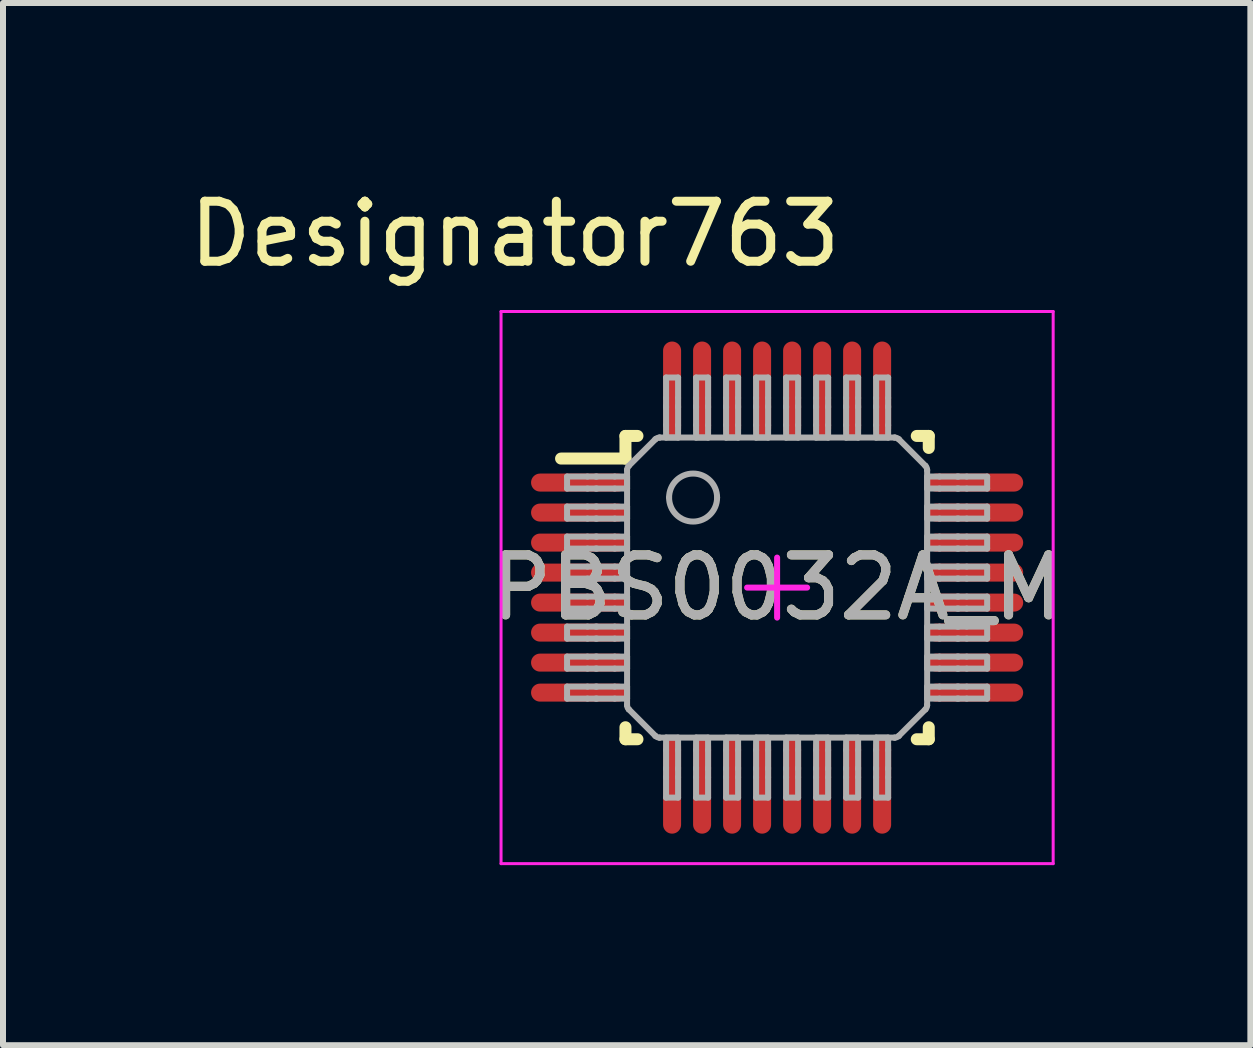
<source format=kicad_pcb>
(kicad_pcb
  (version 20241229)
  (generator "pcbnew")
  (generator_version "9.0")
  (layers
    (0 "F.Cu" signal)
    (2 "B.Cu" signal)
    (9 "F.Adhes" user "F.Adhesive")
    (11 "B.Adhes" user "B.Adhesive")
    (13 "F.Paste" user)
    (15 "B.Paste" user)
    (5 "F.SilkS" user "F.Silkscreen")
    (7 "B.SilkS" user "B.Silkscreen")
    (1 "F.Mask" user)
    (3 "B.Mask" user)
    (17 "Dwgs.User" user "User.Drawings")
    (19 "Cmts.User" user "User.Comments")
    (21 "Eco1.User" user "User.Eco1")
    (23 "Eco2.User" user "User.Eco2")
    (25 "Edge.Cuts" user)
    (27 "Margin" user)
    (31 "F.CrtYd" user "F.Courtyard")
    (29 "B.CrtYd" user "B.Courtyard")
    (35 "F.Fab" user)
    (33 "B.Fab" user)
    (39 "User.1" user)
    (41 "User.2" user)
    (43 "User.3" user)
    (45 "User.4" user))
  (footprint "PBS0032A_M"
    (layer "F.Cu")
    (at 9.899 6.741)
    (property "Reference" "PBS0032A_M" (at 0 0 0) (unlocked yes) (layer "F.SilkS") (effects (font (size 1 1) (thickness 0.15))))
    (attr smd)
    (fp_line (start -3.6 -2.15) (end -2.527 -2.15) (stroke (width 0.2) (type solid)) (layer "F.SilkS"))
    (fp_line (start -2.527 -2.527) (end -2.327 -2.527) (stroke (width 0.2) (type solid)) (layer "F.SilkS"))
    (fp_line (start -2.527 -2.15) (end -2.527 -2.527) (stroke (width 0.2) (type solid)) (layer "F.SilkS"))
    (fp_line (start -2.527 2.527) (end -2.527 2.327) (stroke (width 0.2) (type solid)) (layer "F.SilkS"))
    (fp_line (start -2.527 2.527) (end -2.327 2.527) (stroke (width 0.2) (type solid)) (layer "F.SilkS"))
    (fp_line (start 2.327 -2.527) (end 2.527 -2.527) (stroke (width 0.2) (type solid)) (layer "F.SilkS"))
    (fp_line (start 2.327 2.527) (end 2.527 2.527) (stroke (width 0.2) (type solid)) (layer "F.SilkS"))
    (fp_line (start 2.527 -2.327) (end 2.527 -2.527) (stroke (width 0.2) (type solid)) (layer "F.SilkS"))
    (fp_line (start 2.527 2.527) (end 2.527 2.327) (stroke (width 0.2) (type solid)) (layer "F.SilkS"))
    (fp_line (start -4.6 -4.6) (end 4.6 -4.6) (stroke (width 0.05) (type solid)) (layer "F.CrtYd"))
    (fp_line (start -4.6 4.6) (end -4.6 -4.6) (stroke (width 0.05) (type solid)) (layer "F.CrtYd"))
    (fp_line (start -4.6 4.6) (end 4.6 4.6) (stroke (width 0.05) (type solid)) (layer "F.CrtYd"))
    (fp_line (start -0.5 0.000003) (end 0.5 0.000003) (stroke (width 0.1) (type solid)) (layer "F.CrtYd"))
    (fp_line (start 0 0.5) (end 0 -0.5) (stroke (width 0.1) (type solid)) (layer "F.CrtYd"))
    (fp_line (start 4.6 4.6) (end 4.6 -4.6) (stroke (width 0.05) (type solid)) (layer "F.CrtYd"))
    (fp_line (start -3.5 -1.85) (end -3.16 -1.85) (stroke (width 0.1) (type solid)) (layer "F.Fab"))
    (fp_line (start -3.5 -1.65) (end -3.5 -1.85) (stroke (width 0.1) (type solid)) (layer "F.Fab"))
    (fp_line (start -3.5 -1.65) (end -3.16 -1.65) (stroke (width 0.1) (type solid)) (layer "F.Fab"))
    (fp_line (start -3.5 -1.35) (end -3.16 -1.35) (stroke (width 0.1) (type solid)) (layer "F.Fab"))
    (fp_line (start -3.5 -1.15) (end -3.5 -1.35) (stroke (width 0.1) (type solid)) (layer "F.Fab"))
    (fp_line (start -3.5 -1.15) (end -3.16 -1.15) (stroke (width 0.1) (type solid)) (layer "F.Fab"))
    (fp_line (start -3.5 -0.85) (end -3.16 -0.85) (stroke (width 0.1) (type solid)) (layer "F.Fab"))
    (fp_line (start -3.5 -0.65) (end -3.5 -0.85) (stroke (width 0.1) (type solid)) (layer "F.Fab"))
    (fp_line (start -3.5 -0.65) (end -3.16 -0.65) (stroke (width 0.1) (type solid)) (layer "F.Fab"))
    (fp_line (start -3.5 -0.35) (end -3.16 -0.35) (stroke (width 0.1) (type solid)) (layer "F.Fab"))
    (fp_line (start -3.5 -0.15) (end -3.5 -0.35) (stroke (width 0.1) (type solid)) (layer "F.Fab"))
    (fp_line (start -3.5 -0.15) (end -3.16 -0.15) (stroke (width 0.1) (type solid)) (layer "F.Fab"))
    (fp_line (start -3.5 0.15) (end -3.16 0.15) (stroke (width 0.1) (type solid)) (layer "F.Fab"))
    (fp_line (start -3.5 0.35) (end -3.5 0.15) (stroke (width 0.1) (type solid)) (layer "F.Fab"))
    (fp_line (start -3.5 0.35) (end -3.16 0.35) (stroke (width 0.1) (type solid)) (layer "F.Fab"))
    (fp_line (start -3.5 0.65) (end -3.16 0.65) (stroke (width 0.1) (type solid)) (layer "F.Fab"))
    (fp_line (start -3.5 0.85) (end -3.5 0.65) (stroke (width 0.1) (type solid)) (layer "F.Fab"))
    (fp_line (start -3.5 0.85) (end -3.16 0.85) (stroke (width 0.1) (type solid)) (layer "F.Fab"))
    (fp_line (start -3.5 1.15) (end -3.16 1.15) (stroke (width 0.1) (type solid)) (layer "F.Fab"))
    (fp_line (start -3.5 1.35) (end -3.5 1.15) (stroke (width 0.1) (type solid)) (layer "F.Fab"))
    (fp_line (start -3.5 1.35) (end -3.16 1.35) (stroke (width 0.1) (type solid)) (layer "F.Fab"))
    (fp_line (start -3.5 1.65) (end -3.16 1.65) (stroke (width 0.1) (type solid)) (layer "F.Fab"))
    (fp_line (start -3.5 1.85) (end -3.5 1.65) (stroke (width 0.1) (type solid)) (layer "F.Fab"))
    (fp_line (start -3.5 1.85) (end -3.16 1.85) (stroke (width 0.1) (type solid)) (layer "F.Fab"))
    (fp_line (start -3.16 -1.85) (end -3.023 -1.85) (stroke (width 0.1) (type solid)) (layer "F.Fab"))
    (fp_line (start -3.16 -1.65) (end -3.023 -1.65) (stroke (width 0.1) (type solid)) (layer "F.Fab"))
    (fp_line (start -3.16 -1.35) (end -3.023 -1.35) (stroke (width 0.1) (type solid)) (layer "F.Fab"))
    (fp_line (start -3.16 -1.15) (end -3.023 -1.15) (stroke (width 0.1) (type solid)) (layer "F.Fab"))
    (fp_line (start -3.16 -0.85) (end -3.023 -0.85) (stroke (width 0.1) (type solid)) (layer "F.Fab"))
    (fp_line (start -3.16 -0.65) (end -3.023 -0.65) (stroke (width 0.1) (type solid)) (layer "F.Fab"))
    (fp_line (start -3.16 -0.35) (end -3.023 -0.35) (stroke (width 0.1) (type solid)) (layer "F.Fab"))
    (fp_line (start -3.16 -0.15) (end -3.023 -0.15) (stroke (width 0.1) (type solid)) (layer "F.Fab"))
    (fp_line (start -3.16 0.15) (end -3.023 0.15) (stroke (width 0.1) (type solid)) (layer "F.Fab"))
    (fp_line (start -3.16 0.35) (end -3.023 0.35) (stroke (width 0.1) (type solid)) (layer "F.Fab"))
    (fp_line (start -3.16 0.65) (end -3.023 0.65) (stroke (width 0.1) (type solid)) (layer "F.Fab"))
    (fp_line (start -3.16 0.85) (end -3.023 0.85) (stroke (width 0.1) (type solid)) (layer "F.Fab"))
    (fp_line (start -3.16 1.15) (end -3.023 1.15) (stroke (width 0.1) (type solid)) (layer "F.Fab"))
    (fp_line (start -3.16 1.35) (end -3.023 1.35) (stroke (width 0.1) (type solid)) (layer "F.Fab"))
    (fp_line (start -3.16 1.65) (end -3.023 1.65) (stroke (width 0.1) (type solid)) (layer "F.Fab"))
    (fp_line (start -3.16 1.85) (end -3.023 1.85) (stroke (width 0.1) (type solid)) (layer "F.Fab"))
    (fp_line (start -3.023 -1.85) (end -3.002 -1.85) (stroke (width 0.1) (type solid)) (layer "F.Fab"))
    (fp_line (start -3.023 -1.65) (end -3.002 -1.65) (stroke (width 0.1) (type solid)) (layer "F.Fab"))
    (fp_line (start -3.023 -1.35) (end -3.002 -1.35) (stroke (width 0.1) (type solid)) (layer "F.Fab"))
    (fp_line (start -3.023 -1.15) (end -3.002 -1.15) (stroke (width 0.1) (type solid)) (layer "F.Fab"))
    (fp_line (start -3.023 -0.85) (end -3.002 -0.85) (stroke (width 0.1) (type solid)) (layer "F.Fab"))
    (fp_line (start -3.023 -0.65) (end -3.002 -0.65) (stroke (width 0.1) (type solid)) (layer "F.Fab"))
    (fp_line (start -3.023 -0.35) (end -3.002 -0.35) (stroke (width 0.1) (type solid)) (layer "F.Fab"))
    (fp_line (start -3.023 -0.15) (end -3.002 -0.15) (stroke (width 0.1) (type solid)) (layer "F.Fab"))
    (fp_line (start -3.023 0.15) (end -3.002 0.15) (stroke (width 0.1) (type solid)) (layer "F.Fab"))
    (fp_line (start -3.023 0.35) (end -3.002 0.35) (stroke (width 0.1) (type solid)) (layer "F.Fab"))
    (fp_line (start -3.023 0.65) (end -3.002 0.65) (stroke (width 0.1) (type solid)) (layer "F.Fab"))
    (fp_line (start -3.023 0.85) (end -3.002 0.85) (stroke (width 0.1) (type solid)) (layer "F.Fab"))
    (fp_line (start -3.023 1.15) (end -3.002 1.15) (stroke (width 0.1) (type solid)) (layer "F.Fab"))
    (fp_line (start -3.023 1.35) (end -3.002 1.35) (stroke (width 0.1) (type solid)) (layer "F.Fab"))
    (fp_line (start -3.023 1.65) (end -3.002 1.65) (stroke (width 0.1) (type solid)) (layer "F.Fab"))
    (fp_line (start -3.023 1.85) (end -3.002 1.85) (stroke (width 0.1) (type solid)) (layer "F.Fab"))
    (fp_line (start -3.002 -1.85) (end -2.706 -1.85) (stroke (width 0.1) (type solid)) (layer "F.Fab"))
    (fp_line (start -3.002 -1.65) (end -2.706 -1.65) (stroke (width 0.1) (type solid)) (layer "F.Fab"))
    (fp_line (start -3.002 -1.35) (end -2.706 -1.35) (stroke (width 0.1) (type solid)) (layer "F.Fab"))
    (fp_line (start -3.002 -1.15) (end -2.706 -1.15) (stroke (width 0.1) (type solid)) (layer "F.Fab"))
    (fp_line (start -3.002 -0.85) (end -2.706 -0.85) (stroke (width 0.1) (type solid)) (layer "F.Fab"))
    (fp_line (start -3.002 -0.65) (end -2.706 -0.65) (stroke (width 0.1) (type solid)) (layer "F.Fab"))
    (fp_line (start -3.002 -0.35) (end -2.706 -0.35) (stroke (width 0.1) (type solid)) (layer "F.Fab"))
    (fp_line (start -3.002 -0.15) (end -2.706 -0.15) (stroke (width 0.1) (type solid)) (layer "F.Fab"))
    (fp_line (start -3.002 0.15) (end -2.706 0.15) (stroke (width 0.1) (type solid)) (layer "F.Fab"))
    (fp_line (start -3.002 0.35) (end -2.706 0.35) (stroke (width 0.1) (type solid)) (layer "F.Fab"))
    (fp_line (start -3.002 0.65) (end -2.706 0.65) (stroke (width 0.1) (type solid)) (layer "F.Fab"))
    (fp_line (start -3.002 0.85) (end -2.706 0.85) (stroke (width 0.1) (type solid)) (layer "F.Fab"))
    (fp_line (start -3.002 1.15) (end -2.706 1.15) (stroke (width 0.1) (type solid)) (layer "F.Fab"))
    (fp_line (start -3.002 1.35) (end -2.706 1.35) (stroke (width 0.1) (type solid)) (layer "F.Fab"))
    (fp_line (start -3.002 1.65) (end -2.706 1.65) (stroke (width 0.1) (type solid)) (layer "F.Fab"))
    (fp_line (start -3.002 1.85) (end -2.706 1.85) (stroke (width 0.1) (type solid)) (layer "F.Fab"))
    (fp_line (start -2.706 -1.85) (end -2.5 -1.85) (stroke (width 0.1) (type solid)) (layer "F.Fab"))
    (fp_line (start -2.706 -1.65) (end -2.5 -1.65) (stroke (width 0.1) (type solid)) (layer "F.Fab"))
    (fp_line (start -2.706 -1.35) (end -2.5 -1.35) (stroke (width 0.1) (type solid)) (layer "F.Fab"))
    (fp_line (start -2.706 -1.15) (end -2.5 -1.15) (stroke (width 0.1) (type solid)) (layer "F.Fab"))
    (fp_line (start -2.706 -0.85) (end -2.5 -0.85) (stroke (width 0.1) (type solid)) (layer "F.Fab"))
    (fp_line (start -2.706 -0.65) (end -2.5 -0.65) (stroke (width 0.1) (type solid)) (layer "F.Fab"))
    (fp_line (start -2.706 -0.35) (end -2.5 -0.35) (stroke (width 0.1) (type solid)) (layer "F.Fab"))
    (fp_line (start -2.706 -0.15) (end -2.5 -0.15) (stroke (width 0.1) (type solid)) (layer "F.Fab"))
    (fp_line (start -2.706 0.15) (end -2.5 0.15) (stroke (width 0.1) (type solid)) (layer "F.Fab"))
    (fp_line (start -2.706 0.35) (end -2.5 0.35) (stroke (width 0.1) (type solid)) (layer "F.Fab"))
    (fp_line (start -2.706 0.65) (end -2.5 0.65) (stroke (width 0.1) (type solid)) (layer "F.Fab"))
    (fp_line (start -2.706 0.85) (end -2.5 0.85) (stroke (width 0.1) (type solid)) (layer "F.Fab"))
    (fp_line (start -2.706 1.15) (end -2.5 1.15) (stroke (width 0.1) (type solid)) (layer "F.Fab"))
    (fp_line (start -2.706 1.35) (end -2.5 1.35) (stroke (width 0.1) (type solid)) (layer "F.Fab"))
    (fp_line (start -2.706 1.65) (end -2.5 1.65) (stroke (width 0.1) (type solid)) (layer "F.Fab"))
    (fp_line (start -2.706 1.85) (end -2.5 1.85) (stroke (width 0.1) (type solid)) (layer "F.Fab"))
    (fp_line (start -2.5 -1.959) (end -2.5 -1.959) (stroke (width 0.1) (type solid)) (layer "F.Fab"))
    (fp_line (start -2.5 -1.65) (end -2.5 -1.85) (stroke (width 0.1) (type solid)) (layer "F.Fab"))
    (fp_line (start -2.5 -1.15) (end -2.5 -1.35) (stroke (width 0.1) (type solid)) (layer "F.Fab"))
    (fp_line (start -2.5 -0.65) (end -2.5 -0.85) (stroke (width 0.1) (type solid)) (layer "F.Fab"))
    (fp_line (start -2.5 -0.15) (end -2.5 -0.35) (stroke (width 0.1) (type solid)) (layer "F.Fab"))
    (fp_line (start -2.5 0.35) (end -2.5 0.15) (stroke (width 0.1) (type solid)) (layer "F.Fab"))
    (fp_line (start -2.5 0.85) (end -2.5 0.65) (stroke (width 0.1) (type solid)) (layer "F.Fab"))
    (fp_line (start -2.5 1.35) (end -2.5 1.15) (stroke (width 0.1) (type solid)) (layer "F.Fab"))
    (fp_line (start -2.5 1.85) (end -2.5 1.65) (stroke (width 0.1) (type solid)) (layer "F.Fab"))
    (fp_line (start -2.5 1.959) (end -2.5 -1.959) (stroke (width 0.1) (type solid)) (layer "F.Fab"))
    (fp_line (start -2.5 1.959) (end -2.5 1.959) (stroke (width 0.1) (type solid)) (layer "F.Fab"))
    (fp_line (start -2.471 -2.029) (end -2.471 -2.029) (stroke (width 0.1) (type solid)) (layer "F.Fab"))
    (fp_line (start -2.471 2.029) (end -2.471 2.029) (stroke (width 0.1) (type solid)) (layer "F.Fab"))
    (fp_line (start -2.471 -2.029) (end -2.029 -2.471) (stroke (width 0.1) (type solid)) (layer "F.Fab"))
    (fp_line (start -2.471 2.029) (end -2.029 2.471) (stroke (width 0.1) (type solid)) (layer "F.Fab"))
    (fp_line (start -2.029 -2.471) (end -2.029 -2.471) (stroke (width 0.1) (type solid)) (layer "F.Fab"))
    (fp_line (start -2.029 2.471) (end -2.029 2.471) (stroke (width 0.1) (type solid)) (layer "F.Fab"))
    (fp_line (start -1.959 -2.5) (end -1.959 -2.5) (stroke (width 0.1) (type solid)) (layer "F.Fab"))
    (fp_line (start -1.959 2.5) (end -1.959 2.5) (stroke (width 0.1) (type solid)) (layer "F.Fab"))
    (fp_line (start -1.959 -2.5) (end 1.959 -2.5) (stroke (width 0.1) (type solid)) (layer "F.Fab"))
    (fp_line (start -1.959 2.5) (end 1.959 2.5) (stroke (width 0.1) (type solid)) (layer "F.Fab"))
    (fp_line (start -1.85 -3.5) (end -1.65 -3.5) (stroke (width 0.1) (type solid)) (layer "F.Fab"))
    (fp_line (start -1.85 -3.16) (end -1.85 -3.5) (stroke (width 0.1) (type solid)) (layer "F.Fab"))
    (fp_line (start -1.85 -3.023) (end -1.85 -3.16) (stroke (width 0.1) (type solid)) (layer "F.Fab"))
    (fp_line (start -1.85 -3.002) (end -1.85 -3.023) (stroke (width 0.1) (type solid)) (layer "F.Fab"))
    (fp_line (start -1.85 -2.706) (end -1.85 -3.002) (stroke (width 0.1) (type solid)) (layer "F.Fab"))
    (fp_line (start -1.85 -2.5) (end -1.85 -2.706) (stroke (width 0.1) (type solid)) (layer "F.Fab"))
    (fp_line (start -1.85 -2.5) (end -1.65 -2.5) (stroke (width 0.1) (type solid)) (layer "F.Fab"))
    (fp_line (start -1.85 2.5) (end -1.65 2.5) (stroke (width 0.1) (type solid)) (layer "F.Fab"))
    (fp_line (start -1.85 2.706) (end -1.85 2.5) (stroke (width 0.1) (type solid)) (layer "F.Fab"))
    (fp_line (start -1.85 3.002) (end -1.85 2.706) (stroke (width 0.1) (type solid)) (layer "F.Fab"))
    (fp_line (start -1.85 3.023) (end -1.85 3.002) (stroke (width 0.1) (type solid)) (layer "F.Fab"))
    (fp_line (start -1.85 3.16) (end -1.85 3.023) (stroke (width 0.1) (type solid)) (layer "F.Fab"))
    (fp_line (start -1.85 3.5) (end -1.85 3.16) (stroke (width 0.1) (type solid)) (layer "F.Fab"))
    (fp_line (start -1.85 3.5) (end -1.65 3.5) (stroke (width 0.1) (type solid)) (layer "F.Fab"))
    (fp_line (start -1.65 -3.16) (end -1.65 -3.5) (stroke (width 0.1) (type solid)) (layer "F.Fab"))
    (fp_line (start -1.65 -3.023) (end -1.65 -3.16) (stroke (width 0.1) (type solid)) (layer "F.Fab"))
    (fp_line (start -1.65 -3.002) (end -1.65 -3.023) (stroke (width 0.1) (type solid)) (layer "F.Fab"))
    (fp_line (start -1.65 -2.706) (end -1.65 -3.002) (stroke (width 0.1) (type solid)) (layer "F.Fab"))
    (fp_line (start -1.65 -2.5) (end -1.65 -2.706) (stroke (width 0.1) (type solid)) (layer "F.Fab"))
    (fp_line (start -1.65 2.706) (end -1.65 2.5) (stroke (width 0.1) (type solid)) (layer "F.Fab"))
    (fp_line (start -1.65 3.002) (end -1.65 2.706) (stroke (width 0.1) (type solid)) (layer "F.Fab"))
    (fp_line (start -1.65 3.023) (end -1.65 3.002) (stroke (width 0.1) (type solid)) (layer "F.Fab"))
    (fp_line (start -1.65 3.16) (end -1.65 3.023) (stroke (width 0.1) (type solid)) (layer "F.Fab"))
    (fp_line (start -1.65 3.5) (end -1.65 3.16) (stroke (width 0.1) (type solid)) (layer "F.Fab"))
    (fp_line (start -1.35 -3.5) (end -1.15 -3.5) (stroke (width 0.1) (type solid)) (layer "F.Fab"))
    (fp_line (start -1.35 -3.16) (end -1.35 -3.5) (stroke (width 0.1) (type solid)) (layer "F.Fab"))
    (fp_line (start -1.35 -3.023) (end -1.35 -3.16) (stroke (width 0.1) (type solid)) (layer "F.Fab"))
    (fp_line (start -1.35 -3.002) (end -1.35 -3.023) (stroke (width 0.1) (type solid)) (layer "F.Fab"))
    (fp_line (start -1.35 -2.706) (end -1.35 -3.002) (stroke (width 0.1) (type solid)) (layer "F.Fab"))
    (fp_line (start -1.35 -2.5) (end -1.35 -2.706) (stroke (width 0.1) (type solid)) (layer "F.Fab"))
    (fp_line (start -1.35 -2.5) (end -1.15 -2.5) (stroke (width 0.1) (type solid)) (layer "F.Fab"))
    (fp_line (start -1.35 2.5) (end -1.15 2.5) (stroke (width 0.1) (type solid)) (layer "F.Fab"))
    (fp_line (start -1.35 2.706) (end -1.35 2.5) (stroke (width 0.1) (type solid)) (layer "F.Fab"))
    (fp_line (start -1.35 3.002) (end -1.35 2.706) (stroke (width 0.1) (type solid)) (layer "F.Fab"))
    (fp_line (start -1.35 3.023) (end -1.35 3.002) (stroke (width 0.1) (type solid)) (layer "F.Fab"))
    (fp_line (start -1.35 3.16) (end -1.35 3.023) (stroke (width 0.1) (type solid)) (layer "F.Fab"))
    (fp_line (start -1.35 3.5) (end -1.35 3.16) (stroke (width 0.1) (type solid)) (layer "F.Fab"))
    (fp_line (start -1.35 3.5) (end -1.15 3.5) (stroke (width 0.1) (type solid)) (layer "F.Fab"))
    (fp_line (start -1.15 -3.16) (end -1.15 -3.5) (stroke (width 0.1) (type solid)) (layer "F.Fab"))
    (fp_line (start -1.15 -3.023) (end -1.15 -3.16) (stroke (width 0.1) (type solid)) (layer "F.Fab"))
    (fp_line (start -1.15 -3.002) (end -1.15 -3.023) (stroke (width 0.1) (type solid)) (layer "F.Fab"))
    (fp_line (start -1.15 -2.706) (end -1.15 -3.002) (stroke (width 0.1) (type solid)) (layer "F.Fab"))
    (fp_line (start -1.15 -2.5) (end -1.15 -2.706) (stroke (width 0.1) (type solid)) (layer "F.Fab"))
    (fp_line (start -1.15 2.706) (end -1.15 2.5) (stroke (width 0.1) (type solid)) (layer "F.Fab"))
    (fp_line (start -1.15 3.002) (end -1.15 2.706) (stroke (width 0.1) (type solid)) (layer "F.Fab"))
    (fp_line (start -1.15 3.023) (end -1.15 3.002) (stroke (width 0.1) (type solid)) (layer "F.Fab"))
    (fp_line (start -1.15 3.16) (end -1.15 3.023) (stroke (width 0.1) (type solid)) (layer "F.Fab"))
    (fp_line (start -1.15 3.5) (end -1.15 3.16) (stroke (width 0.1) (type solid)) (layer "F.Fab"))
    (fp_line (start -0.85 -3.5) (end -0.65 -3.5) (stroke (width 0.1) (type solid)) (layer "F.Fab"))
    (fp_line (start -0.85 -3.16) (end -0.85 -3.5) (stroke (width 0.1) (type solid)) (layer "F.Fab"))
    (fp_line (start -0.85 -3.023) (end -0.85 -3.16) (stroke (width 0.1) (type solid)) (layer "F.Fab"))
    (fp_line (start -0.85 -3.002) (end -0.85 -3.023) (stroke (width 0.1) (type solid)) (layer "F.Fab"))
    (fp_line (start -0.85 -2.706) (end -0.85 -3.002) (stroke (width 0.1) (type solid)) (layer "F.Fab"))
    (fp_line (start -0.85 -2.5) (end -0.85 -2.706) (stroke (width 0.1) (type solid)) (layer "F.Fab"))
    (fp_line (start -0.85 -2.5) (end -0.65 -2.5) (stroke (width 0.1) (type solid)) (layer "F.Fab"))
    (fp_line (start -0.85 2.5) (end -0.65 2.5) (stroke (width 0.1) (type solid)) (layer "F.Fab"))
    (fp_line (start -0.85 2.706) (end -0.85 2.5) (stroke (width 0.1) (type solid)) (layer "F.Fab"))
    (fp_line (start -0.85 3.002) (end -0.85 2.706) (stroke (width 0.1) (type solid)) (layer "F.Fab"))
    (fp_line (start -0.85 3.023) (end -0.85 3.002) (stroke (width 0.1) (type solid)) (layer "F.Fab"))
    (fp_line (start -0.85 3.16) (end -0.85 3.023) (stroke (width 0.1) (type solid)) (layer "F.Fab"))
    (fp_line (start -0.85 3.5) (end -0.85 3.16) (stroke (width 0.1) (type solid)) (layer "F.Fab"))
    (fp_line (start -0.85 3.5) (end -0.65 3.5) (stroke (width 0.1) (type solid)) (layer "F.Fab"))
    (fp_line (start -0.65 -3.16) (end -0.65 -3.5) (stroke (width 0.1) (type solid)) (layer "F.Fab"))
    (fp_line (start -0.65 -3.023) (end -0.65 -3.16) (stroke (width 0.1) (type solid)) (layer "F.Fab"))
    (fp_line (start -0.65 -3.002) (end -0.65 -3.023) (stroke (width 0.1) (type solid)) (layer "F.Fab"))
    (fp_line (start -0.65 -2.706) (end -0.65 -3.002) (stroke (width 0.1) (type solid)) (layer "F.Fab"))
    (fp_line (start -0.65 -2.5) (end -0.65 -2.706) (stroke (width 0.1) (type solid)) (layer "F.Fab"))
    (fp_line (start -0.65 2.706) (end -0.65 2.5) (stroke (width 0.1) (type solid)) (layer "F.Fab"))
    (fp_line (start -0.65 3.002) (end -0.65 2.706) (stroke (width 0.1) (type solid)) (layer "F.Fab"))
    (fp_line (start -0.65 3.023) (end -0.65 3.002) (stroke (width 0.1) (type solid)) (layer "F.Fab"))
    (fp_line (start -0.65 3.16) (end -0.65 3.023) (stroke (width 0.1) (type solid)) (layer "F.Fab"))
    (fp_line (start -0.65 3.5) (end -0.65 3.16) (stroke (width 0.1) (type solid)) (layer "F.Fab"))
    (fp_line (start -0.35 -3.5) (end -0.15 -3.5) (stroke (width 0.1) (type solid)) (layer "F.Fab"))
    (fp_line (start -0.35 -3.16) (end -0.35 -3.5) (stroke (width 0.1) (type solid)) (layer "F.Fab"))
    (fp_line (start -0.35 -3.023) (end -0.35 -3.16) (stroke (width 0.1) (type solid)) (layer "F.Fab"))
    (fp_line (start -0.35 -3.002) (end -0.35 -3.023) (stroke (width 0.1) (type solid)) (layer "F.Fab"))
    (fp_line (start -0.35 -2.706) (end -0.35 -3.002) (stroke (width 0.1) (type solid)) (layer "F.Fab"))
    (fp_line (start -0.35 -2.5) (end -0.35 -2.706) (stroke (width 0.1) (type solid)) (layer "F.Fab"))
    (fp_line (start -0.35 -2.5) (end -0.15 -2.5) (stroke (width 0.1) (type solid)) (layer "F.Fab"))
    (fp_line (start -0.35 2.5) (end -0.15 2.5) (stroke (width 0.1) (type solid)) (layer "F.Fab"))
    (fp_line (start -0.35 2.706) (end -0.35 2.5) (stroke (width 0.1) (type solid)) (layer "F.Fab"))
    (fp_line (start -0.35 3.002) (end -0.35 2.706) (stroke (width 0.1) (type solid)) (layer "F.Fab"))
    (fp_line (start -0.35 3.023) (end -0.35 3.002) (stroke (width 0.1) (type solid)) (layer "F.Fab"))
    (fp_line (start -0.35 3.16) (end -0.35 3.023) (stroke (width 0.1) (type solid)) (layer "F.Fab"))
    (fp_line (start -0.35 3.5) (end -0.35 3.16) (stroke (width 0.1) (type solid)) (layer "F.Fab"))
    (fp_line (start -0.35 3.5) (end -0.15 3.5) (stroke (width 0.1) (type solid)) (layer "F.Fab"))
    (fp_line (start -0.15 -3.16) (end -0.15 -3.5) (stroke (width 0.1) (type solid)) (layer "F.Fab"))
    (fp_line (start -0.15 -3.023) (end -0.15 -3.16) (stroke (width 0.1) (type solid)) (layer "F.Fab"))
    (fp_line (start -0.15 -3.002) (end -0.15 -3.023) (stroke (width 0.1) (type solid)) (layer "F.Fab"))
    (fp_line (start -0.15 -2.706) (end -0.15 -3.002) (stroke (width 0.1) (type solid)) (layer "F.Fab"))
    (fp_line (start -0.15 -2.5) (end -0.15 -2.706) (stroke (width 0.1) (type solid)) (layer "F.Fab"))
    (fp_line (start -0.15 2.706) (end -0.15 2.5) (stroke (width 0.1) (type solid)) (layer "F.Fab"))
    (fp_line (start -0.15 3.002) (end -0.15 2.706) (stroke (width 0.1) (type solid)) (layer "F.Fab"))
    (fp_line (start -0.15 3.023) (end -0.15 3.002) (stroke (width 0.1) (type solid)) (layer "F.Fab"))
    (fp_line (start -0.15 3.16) (end -0.15 3.023) (stroke (width 0.1) (type solid)) (layer "F.Fab"))
    (fp_line (start -0.15 3.5) (end -0.15 3.16) (stroke (width 0.1) (type solid)) (layer "F.Fab"))
    (fp_line (start 0.15 -3.5) (end 0.35 -3.5) (stroke (width 0.1) (type solid)) (layer "F.Fab"))
    (fp_line (start 0.15 -3.16) (end 0.15 -3.5) (stroke (width 0.1) (type solid)) (layer "F.Fab"))
    (fp_line (start 0.15 -3.023) (end 0.15 -3.16) (stroke (width 0.1) (type solid)) (layer "F.Fab"))
    (fp_line (start 0.15 -3.002) (end 0.15 -3.023) (stroke (width 0.1) (type solid)) (layer "F.Fab"))
    (fp_line (start 0.15 -2.706) (end 0.15 -3.002) (stroke (width 0.1) (type solid)) (layer "F.Fab"))
    (fp_line (start 0.15 -2.5) (end 0.15 -2.706) (stroke (width 0.1) (type solid)) (layer "F.Fab"))
    (fp_line (start 0.15 -2.5) (end 0.35 -2.5) (stroke (width 0.1) (type solid)) (layer "F.Fab"))
    (fp_line (start 0.15 2.5) (end 0.35 2.5) (stroke (width 0.1) (type solid)) (layer "F.Fab"))
    (fp_line (start 0.15 2.706) (end 0.15 2.5) (stroke (width 0.1) (type solid)) (layer "F.Fab"))
    (fp_line (start 0.15 3.002) (end 0.15 2.706) (stroke (width 0.1) (type solid)) (layer "F.Fab"))
    (fp_line (start 0.15 3.023) (end 0.15 3.002) (stroke (width 0.1) (type solid)) (layer "F.Fab"))
    (fp_line (start 0.15 3.16) (end 0.15 3.023) (stroke (width 0.1) (type solid)) (layer "F.Fab"))
    (fp_line (start 0.15 3.5) (end 0.15 3.16) (stroke (width 0.1) (type solid)) (layer "F.Fab"))
    (fp_line (start 0.15 3.5) (end 0.35 3.5) (stroke (width 0.1) (type solid)) (layer "F.Fab"))
    (fp_line (start 0.35 -3.16) (end 0.35 -3.5) (stroke (width 0.1) (type solid)) (layer "F.Fab"))
    (fp_line (start 0.35 -3.023) (end 0.35 -3.16) (stroke (width 0.1) (type solid)) (layer "F.Fab"))
    (fp_line (start 0.35 -3.002) (end 0.35 -3.023) (stroke (width 0.1) (type solid)) (layer "F.Fab"))
    (fp_line (start 0.35 -2.706) (end 0.35 -3.002) (stroke (width 0.1) (type solid)) (layer "F.Fab"))
    (fp_line (start 0.35 -2.5) (end 0.35 -2.706) (stroke (width 0.1) (type solid)) (layer "F.Fab"))
    (fp_line (start 0.35 2.706) (end 0.35 2.5) (stroke (width 0.1) (type solid)) (layer "F.Fab"))
    (fp_line (start 0.35 3.002) (end 0.35 2.706) (stroke (width 0.1) (type solid)) (layer "F.Fab"))
    (fp_line (start 0.35 3.023) (end 0.35 3.002) (stroke (width 0.1) (type solid)) (layer "F.Fab"))
    (fp_line (start 0.35 3.16) (end 0.35 3.023) (stroke (width 0.1) (type solid)) (layer "F.Fab"))
    (fp_line (start 0.35 3.5) (end 0.35 3.16) (stroke (width 0.1) (type solid)) (layer "F.Fab"))
    (fp_line (start 0.65 -3.5) (end 0.85 -3.5) (stroke (width 0.1) (type solid)) (layer "F.Fab"))
    (fp_line (start 0.65 -3.16) (end 0.65 -3.5) (stroke (width 0.1) (type solid)) (layer "F.Fab"))
    (fp_line (start 0.65 -3.023) (end 0.65 -3.16) (stroke (width 0.1) (type solid)) (layer "F.Fab"))
    (fp_line (start 0.65 -3.002) (end 0.65 -3.023) (stroke (width 0.1) (type solid)) (layer "F.Fab"))
    (fp_line (start 0.65 -2.706) (end 0.65 -3.002) (stroke (width 0.1) (type solid)) (layer "F.Fab"))
    (fp_line (start 0.65 -2.5) (end 0.65 -2.706) (stroke (width 0.1) (type solid)) (layer "F.Fab"))
    (fp_line (start 0.65 -2.5) (end 0.85 -2.5) (stroke (width 0.1) (type solid)) (layer "F.Fab"))
    (fp_line (start 0.65 2.5) (end 0.85 2.5) (stroke (width 0.1) (type solid)) (layer "F.Fab"))
    (fp_line (start 0.65 2.706) (end 0.65 2.5) (stroke (width 0.1) (type solid)) (layer "F.Fab"))
    (fp_line (start 0.65 3.002) (end 0.65 2.706) (stroke (width 0.1) (type solid)) (layer "F.Fab"))
    (fp_line (start 0.65 3.023) (end 0.65 3.002) (stroke (width 0.1) (type solid)) (layer "F.Fab"))
    (fp_line (start 0.65 3.16) (end 0.65 3.023) (stroke (width 0.1) (type solid)) (layer "F.Fab"))
    (fp_line (start 0.65 3.5) (end 0.65 3.16) (stroke (width 0.1) (type solid)) (layer "F.Fab"))
    (fp_line (start 0.65 3.5) (end 0.85 3.5) (stroke (width 0.1) (type solid)) (layer "F.Fab"))
    (fp_line (start 0.85 -3.16) (end 0.85 -3.5) (stroke (width 0.1) (type solid)) (layer "F.Fab"))
    (fp_line (start 0.85 -3.023) (end 0.85 -3.16) (stroke (width 0.1) (type solid)) (layer "F.Fab"))
    (fp_line (start 0.85 -3.002) (end 0.85 -3.023) (stroke (width 0.1) (type solid)) (layer "F.Fab"))
    (fp_line (start 0.85 -2.706) (end 0.85 -3.002) (stroke (width 0.1) (type solid)) (layer "F.Fab"))
    (fp_line (start 0.85 -2.5) (end 0.85 -2.706) (stroke (width 0.1) (type solid)) (layer "F.Fab"))
    (fp_line (start 0.85 2.706) (end 0.85 2.5) (stroke (width 0.1) (type solid)) (layer "F.Fab"))
    (fp_line (start 0.85 3.002) (end 0.85 2.706) (stroke (width 0.1) (type solid)) (layer "F.Fab"))
    (fp_line (start 0.85 3.023) (end 0.85 3.002) (stroke (width 0.1) (type solid)) (layer "F.Fab"))
    (fp_line (start 0.85 3.16) (end 0.85 3.023) (stroke (width 0.1) (type solid)) (layer "F.Fab"))
    (fp_line (start 0.85 3.5) (end 0.85 3.16) (stroke (width 0.1) (type solid)) (layer "F.Fab"))
    (fp_line (start 1.15 -3.5) (end 1.35 -3.5) (stroke (width 0.1) (type solid)) (layer "F.Fab"))
    (fp_line (start 1.15 -3.16) (end 1.15 -3.5) (stroke (width 0.1) (type solid)) (layer "F.Fab"))
    (fp_line (start 1.15 -3.023) (end 1.15 -3.16) (stroke (width 0.1) (type solid)) (layer "F.Fab"))
    (fp_line (start 1.15 -3.002) (end 1.15 -3.023) (stroke (width 0.1) (type solid)) (layer "F.Fab"))
    (fp_line (start 1.15 -2.706) (end 1.15 -3.002) (stroke (width 0.1) (type solid)) (layer "F.Fab"))
    (fp_line (start 1.15 -2.5) (end 1.15 -2.706) (stroke (width 0.1) (type solid)) (layer "F.Fab"))
    (fp_line (start 1.15 -2.5) (end 1.35 -2.5) (stroke (width 0.1) (type solid)) (layer "F.Fab"))
    (fp_line (start 1.15 2.5) (end 1.35 2.5) (stroke (width 0.1) (type solid)) (layer "F.Fab"))
    (fp_line (start 1.15 2.706) (end 1.15 2.5) (stroke (width 0.1) (type solid)) (layer "F.Fab"))
    (fp_line (start 1.15 3.002) (end 1.15 2.706) (stroke (width 0.1) (type solid)) (layer "F.Fab"))
    (fp_line (start 1.15 3.023) (end 1.15 3.002) (stroke (width 0.1) (type solid)) (layer "F.Fab"))
    (fp_line (start 1.15 3.16) (end 1.15 3.023) (stroke (width 0.1) (type solid)) (layer "F.Fab"))
    (fp_line (start 1.15 3.5) (end 1.15 3.16) (stroke (width 0.1) (type solid)) (layer "F.Fab"))
    (fp_line (start 1.15 3.5) (end 1.35 3.5) (stroke (width 0.1) (type solid)) (layer "F.Fab"))
    (fp_line (start 1.35 -3.16) (end 1.35 -3.5) (stroke (width 0.1) (type solid)) (layer "F.Fab"))
    (fp_line (start 1.35 -3.023) (end 1.35 -3.16) (stroke (width 0.1) (type solid)) (layer "F.Fab"))
    (fp_line (start 1.35 -3.002) (end 1.35 -3.023) (stroke (width 0.1) (type solid)) (layer "F.Fab"))
    (fp_line (start 1.35 -2.706) (end 1.35 -3.002) (stroke (width 0.1) (type solid)) (layer "F.Fab"))
    (fp_line (start 1.35 -2.5) (end 1.35 -2.706) (stroke (width 0.1) (type solid)) (layer "F.Fab"))
    (fp_line (start 1.35 2.706) (end 1.35 2.5) (stroke (width 0.1) (type solid)) (layer "F.Fab"))
    (fp_line (start 1.35 3.002) (end 1.35 2.706) (stroke (width 0.1) (type solid)) (layer "F.Fab"))
    (fp_line (start 1.35 3.023) (end 1.35 3.002) (stroke (width 0.1) (type solid)) (layer "F.Fab"))
    (fp_line (start 1.35 3.16) (end 1.35 3.023) (stroke (width 0.1) (type solid)) (layer "F.Fab"))
    (fp_line (start 1.35 3.5) (end 1.35 3.16) (stroke (width 0.1) (type solid)) (layer "F.Fab"))
    (fp_line (start 1.65 -3.5) (end 1.85 -3.5) (stroke (width 0.1) (type solid)) (layer "F.Fab"))
    (fp_line (start 1.65 -3.16) (end 1.65 -3.5) (stroke (width 0.1) (type solid)) (layer "F.Fab"))
    (fp_line (start 1.65 -3.023) (end 1.65 -3.16) (stroke (width 0.1) (type solid)) (layer "F.Fab"))
    (fp_line (start 1.65 -3.002) (end 1.65 -3.023) (stroke (width 0.1) (type solid)) (layer "F.Fab"))
    (fp_line (start 1.65 -2.706) (end 1.65 -3.002) (stroke (width 0.1) (type solid)) (layer "F.Fab"))
    (fp_line (start 1.65 -2.5) (end 1.65 -2.706) (stroke (width 0.1) (type solid)) (layer "F.Fab"))
    (fp_line (start 1.65 -2.5) (end 1.85 -2.5) (stroke (width 0.1) (type solid)) (layer "F.Fab"))
    (fp_line (start 1.65 2.5) (end 1.85 2.5) (stroke (width 0.1) (type solid)) (layer "F.Fab"))
    (fp_line (start 1.65 2.706) (end 1.65 2.5) (stroke (width 0.1) (type solid)) (layer "F.Fab"))
    (fp_line (start 1.65 3.002) (end 1.65 2.706) (stroke (width 0.1) (type solid)) (layer "F.Fab"))
    (fp_line (start 1.65 3.023) (end 1.65 3.002) (stroke (width 0.1) (type solid)) (layer "F.Fab"))
    (fp_line (start 1.65 3.16) (end 1.65 3.023) (stroke (width 0.1) (type solid)) (layer "F.Fab"))
    (fp_line (start 1.65 3.5) (end 1.65 3.16) (stroke (width 0.1) (type solid)) (layer "F.Fab"))
    (fp_line (start 1.65 3.5) (end 1.85 3.5) (stroke (width 0.1) (type solid)) (layer "F.Fab"))
    (fp_line (start 1.85 -3.16) (end 1.85 -3.5) (stroke (width 0.1) (type solid)) (layer "F.Fab"))
    (fp_line (start 1.85 -3.023) (end 1.85 -3.16) (stroke (width 0.1) (type solid)) (layer "F.Fab"))
    (fp_line (start 1.85 -3.002) (end 1.85 -3.023) (stroke (width 0.1) (type solid)) (layer "F.Fab"))
    (fp_line (start 1.85 -2.706) (end 1.85 -3.002) (stroke (width 0.1) (type solid)) (layer "F.Fab"))
    (fp_line (start 1.85 -2.5) (end 1.85 -2.706) (stroke (width 0.1) (type solid)) (layer "F.Fab"))
    (fp_line (start 1.85 2.706) (end 1.85 2.5) (stroke (width 0.1) (type solid)) (layer "F.Fab"))
    (fp_line (start 1.85 3.002) (end 1.85 2.706) (stroke (width 0.1) (type solid)) (layer "F.Fab"))
    (fp_line (start 1.85 3.023) (end 1.85 3.002) (stroke (width 0.1) (type solid)) (layer "F.Fab"))
    (fp_line (start 1.85 3.16) (end 1.85 3.023) (stroke (width 0.1) (type solid)) (layer "F.Fab"))
    (fp_line (start 1.85 3.5) (end 1.85 3.16) (stroke (width 0.1) (type solid)) (layer "F.Fab"))
    (fp_line (start 1.959 -2.5) (end 1.959 -2.5) (stroke (width 0.1) (type solid)) (layer "F.Fab"))
    (fp_line (start 1.959 2.5) (end 1.959 2.5) (stroke (width 0.1) (type solid)) (layer "F.Fab"))
    (fp_line (start 2.029 -2.471) (end 2.029 -2.471) (stroke (width 0.1) (type solid)) (layer "F.Fab"))
    (fp_line (start 2.029 2.471) (end 2.029 2.471) (stroke (width 0.1) (type solid)) (layer "F.Fab"))
    (fp_line (start 2.029 -2.471) (end 2.471 -2.029) (stroke (width 0.1) (type solid)) (layer "F.Fab"))
    (fp_line (start 2.029 2.471) (end 2.471 2.029) (stroke (width 0.1) (type solid)) (layer "F.Fab"))
    (fp_line (start 2.471 -2.029) (end 2.471 -2.029) (stroke (width 0.1) (type solid)) (layer "F.Fab"))
    (fp_line (start 2.471 2.029) (end 2.471 2.029) (stroke (width 0.1) (type solid)) (layer "F.Fab"))
    (fp_line (start 2.5 -1.959) (end 2.5 -1.959) (stroke (width 0.1) (type solid)) (layer "F.Fab"))
    (fp_line (start 2.5 1.959) (end 2.5 1.959) (stroke (width 0.1) (type solid)) (layer "F.Fab"))
    (fp_line (start 2.5 -1.85) (end 2.706 -1.85) (stroke (width 0.1) (type solid)) (layer "F.Fab"))
    (fp_line (start 2.5 -1.65) (end 2.5 -1.85) (stroke (width 0.1) (type solid)) (layer "F.Fab"))
    (fp_line (start 2.5 -1.65) (end 2.706 -1.65) (stroke (width 0.1) (type solid)) (layer "F.Fab"))
    (fp_line (start 2.5 -1.35) (end 2.706 -1.35) (stroke (width 0.1) (type solid)) (layer "F.Fab"))
    (fp_line (start 2.5 -1.15) (end 2.5 -1.35) (stroke (width 0.1) (type solid)) (layer "F.Fab"))
    (fp_line (start 2.5 -1.15) (end 2.706 -1.15) (stroke (width 0.1) (type solid)) (layer "F.Fab"))
    (fp_line (start 2.5 -0.85) (end 2.706 -0.85) (stroke (width 0.1) (type solid)) (layer "F.Fab"))
    (fp_line (start 2.5 -0.65) (end 2.5 -0.85) (stroke (width 0.1) (type solid)) (layer "F.Fab"))
    (fp_line (start 2.5 -0.65) (end 2.706 -0.65) (stroke (width 0.1) (type solid)) (layer "F.Fab"))
    (fp_line (start 2.5 -0.35) (end 2.706 -0.35) (stroke (width 0.1) (type solid)) (layer "F.Fab"))
    (fp_line (start 2.5 -0.15) (end 2.5 -0.35) (stroke (width 0.1) (type solid)) (layer "F.Fab"))
    (fp_line (start 2.5 -0.15) (end 2.706 -0.15) (stroke (width 0.1) (type solid)) (layer "F.Fab"))
    (fp_line (start 2.5 0.15) (end 2.706 0.15) (stroke (width 0.1) (type solid)) (layer "F.Fab"))
    (fp_line (start 2.5 0.35) (end 2.5 0.15) (stroke (width 0.1) (type solid)) (layer "F.Fab"))
    (fp_line (start 2.5 0.35) (end 2.706 0.35) (stroke (width 0.1) (type solid)) (layer "F.Fab"))
    (fp_line (start 2.5 0.65) (end 2.706 0.65) (stroke (width 0.1) (type solid)) (layer "F.Fab"))
    (fp_line (start 2.5 0.85) (end 2.5 0.65) (stroke (width 0.1) (type solid)) (layer "F.Fab"))
    (fp_line (start 2.5 0.85) (end 2.706 0.85) (stroke (width 0.1) (type solid)) (layer "F.Fab"))
    (fp_line (start 2.5 1.15) (end 2.706 1.15) (stroke (width 0.1) (type solid)) (layer "F.Fab"))
    (fp_line (start 2.5 1.35) (end 2.5 1.15) (stroke (width 0.1) (type solid)) (layer "F.Fab"))
    (fp_line (start 2.5 1.35) (end 2.706 1.35) (stroke (width 0.1) (type solid)) (layer "F.Fab"))
    (fp_line (start 2.5 1.65) (end 2.706 1.65) (stroke (width 0.1) (type solid)) (layer "F.Fab"))
    (fp_line (start 2.5 1.85) (end 2.5 1.65) (stroke (width 0.1) (type solid)) (layer "F.Fab"))
    (fp_line (start 2.5 1.85) (end 2.706 1.85) (stroke (width 0.1) (type solid)) (layer "F.Fab"))
    (fp_line (start 2.5 1.959) (end 2.5 -1.959) (stroke (width 0.1) (type solid)) (layer "F.Fab"))
    (fp_line (start 2.706 -1.85) (end 3.002 -1.85) (stroke (width 0.1) (type solid)) (layer "F.Fab"))
    (fp_line (start 2.706 -1.65) (end 3.002 -1.65) (stroke (width 0.1) (type solid)) (layer "F.Fab"))
    (fp_line (start 2.706 -1.35) (end 3.002 -1.35) (stroke (width 0.1) (type solid)) (layer "F.Fab"))
    (fp_line (start 2.706 -1.15) (end 3.002 -1.15) (stroke (width 0.1) (type solid)) (layer "F.Fab"))
    (fp_line (start 2.706 -0.85) (end 3.002 -0.85) (stroke (width 0.1) (type solid)) (layer "F.Fab"))
    (fp_line (start 2.706 -0.65) (end 3.002 -0.65) (stroke (width 0.1) (type solid)) (layer "F.Fab"))
    (fp_line (start 2.706 -0.35) (end 3.002 -0.35) (stroke (width 0.1) (type solid)) (layer "F.Fab"))
    (fp_line (start 2.706 -0.15) (end 3.002 -0.15) (stroke (width 0.1) (type solid)) (layer "F.Fab"))
    (fp_line (start 2.706 0.15) (end 3.002 0.15) (stroke (width 0.1) (type solid)) (layer "F.Fab"))
    (fp_line (start 2.706 0.35) (end 3.002 0.35) (stroke (width 0.1) (type solid)) (layer "F.Fab"))
    (fp_line (start 2.706 0.65) (end 3.002 0.65) (stroke (width 0.1) (type solid)) (layer "F.Fab"))
    (fp_line (start 2.706 0.85) (end 3.002 0.85) (stroke (width 0.1) (type solid)) (layer "F.Fab"))
    (fp_line (start 2.706 1.15) (end 3.002 1.15) (stroke (width 0.1) (type solid)) (layer "F.Fab"))
    (fp_line (start 2.706 1.35) (end 3.002 1.35) (stroke (width 0.1) (type solid)) (layer "F.Fab"))
    (fp_line (start 2.706 1.65) (end 3.002 1.65) (stroke (width 0.1) (type solid)) (layer "F.Fab"))
    (fp_line (start 2.706 1.85) (end 3.002 1.85) (stroke (width 0.1) (type solid)) (layer "F.Fab"))
    (fp_line (start 3.002 -1.85) (end 3.023 -1.85) (stroke (width 0.1) (type solid)) (layer "F.Fab"))
    (fp_line (start 3.002 -1.65) (end 3.023 -1.65) (stroke (width 0.1) (type solid)) (layer "F.Fab"))
    (fp_line (start 3.002 -1.35) (end 3.023 -1.35) (stroke (width 0.1) (type solid)) (layer "F.Fab"))
    (fp_line (start 3.002 -1.15) (end 3.023 -1.15) (stroke (width 0.1) (type solid)) (layer "F.Fab"))
    (fp_line (start 3.002 -0.85) (end 3.023 -0.85) (stroke (width 0.1) (type solid)) (layer "F.Fab"))
    (fp_line (start 3.002 -0.65) (end 3.023 -0.65) (stroke (width 0.1) (type solid)) (layer "F.Fab"))
    (fp_line (start 3.002 -0.35) (end 3.023 -0.35) (stroke (width 0.1) (type solid)) (layer "F.Fab"))
    (fp_line (start 3.002 -0.15) (end 3.023 -0.15) (stroke (width 0.1) (type solid)) (layer "F.Fab"))
    (fp_line (start 3.002 0.15) (end 3.023 0.15) (stroke (width 0.1) (type solid)) (layer "F.Fab"))
    (fp_line (start 3.002 0.35) (end 3.023 0.35) (stroke (width 0.1) (type solid)) (layer "F.Fab"))
    (fp_line (start 3.002 0.65) (end 3.023 0.65) (stroke (width 0.1) (type solid)) (layer "F.Fab"))
    (fp_line (start 3.002 0.85) (end 3.023 0.85) (stroke (width 0.1) (type solid)) (layer "F.Fab"))
    (fp_line (start 3.002 1.15) (end 3.023 1.15) (stroke (width 0.1) (type solid)) (layer "F.Fab"))
    (fp_line (start 3.002 1.35) (end 3.023 1.35) (stroke (width 0.1) (type solid)) (layer "F.Fab"))
    (fp_line (start 3.002 1.65) (end 3.023 1.65) (stroke (width 0.1) (type solid)) (layer "F.Fab"))
    (fp_line (start 3.002 1.85) (end 3.023 1.85) (stroke (width 0.1) (type solid)) (layer "F.Fab"))
    (fp_line (start 3.023 -1.85) (end 3.16 -1.85) (stroke (width 0.1) (type solid)) (layer "F.Fab"))
    (fp_line (start 3.023 -1.65) (end 3.16 -1.65) (stroke (width 0.1) (type solid)) (layer "F.Fab"))
    (fp_line (start 3.023 -1.35) (end 3.16 -1.35) (stroke (width 0.1) (type solid)) (layer "F.Fab"))
    (fp_line (start 3.023 -1.15) (end 3.16 -1.15) (stroke (width 0.1) (type solid)) (layer "F.Fab"))
    (fp_line (start 3.023 -0.85) (end 3.16 -0.85) (stroke (width 0.1) (type solid)) (layer "F.Fab"))
    (fp_line (start 3.023 -0.65) (end 3.16 -0.65) (stroke (width 0.1) (type solid)) (layer "F.Fab"))
    (fp_line (start 3.023 -0.35) (end 3.16 -0.35) (stroke (width 0.1) (type solid)) (layer "F.Fab"))
    (fp_line (start 3.023 -0.15) (end 3.16 -0.15) (stroke (width 0.1) (type solid)) (layer "F.Fab"))
    (fp_line (start 3.023 0.15) (end 3.16 0.15) (stroke (width 0.1) (type solid)) (layer "F.Fab"))
    (fp_line (start 3.023 0.35) (end 3.16 0.35) (stroke (width 0.1) (type solid)) (layer "F.Fab"))
    (fp_line (start 3.023 0.65) (end 3.16 0.65) (stroke (width 0.1) (type solid)) (layer "F.Fab"))
    (fp_line (start 3.023 0.85) (end 3.16 0.85) (stroke (width 0.1) (type solid)) (layer "F.Fab"))
    (fp_line (start 3.023 1.15) (end 3.16 1.15) (stroke (width 0.1) (type solid)) (layer "F.Fab"))
    (fp_line (start 3.023 1.35) (end 3.16 1.35) (stroke (width 0.1) (type solid)) (layer "F.Fab"))
    (fp_line (start 3.023 1.65) (end 3.16 1.65) (stroke (width 0.1) (type solid)) (layer "F.Fab"))
    (fp_line (start 3.023 1.85) (end 3.16 1.85) (stroke (width 0.1) (type solid)) (layer "F.Fab"))
    (fp_line (start 3.16 -1.85) (end 3.5 -1.85) (stroke (width 0.1) (type solid)) (layer "F.Fab"))
    (fp_line (start 3.16 -1.65) (end 3.5 -1.65) (stroke (width 0.1) (type solid)) (layer "F.Fab"))
    (fp_line (start 3.16 -1.35) (end 3.5 -1.35) (stroke (width 0.1) (type solid)) (layer "F.Fab"))
    (fp_line (start 3.16 -1.15) (end 3.5 -1.15) (stroke (width 0.1) (type solid)) (layer "F.Fab"))
    (fp_line (start 3.16 -0.85) (end 3.5 -0.85) (stroke (width 0.1) (type solid)) (layer "F.Fab"))
    (fp_line (start 3.16 -0.65) (end 3.5 -0.65) (stroke (width 0.1) (type solid)) (layer "F.Fab"))
    (fp_line (start 3.16 -0.35) (end 3.5 -0.35) (stroke (width 0.1) (type solid)) (layer "F.Fab"))
    (fp_line (start 3.16 -0.15) (end 3.5 -0.15) (stroke (width 0.1) (type solid)) (layer "F.Fab"))
    (fp_line (start 3.16 0.15) (end 3.5 0.15) (stroke (width 0.1) (type solid)) (layer "F.Fab"))
    (fp_line (start 3.16 0.35) (end 3.5 0.35) (stroke (width 0.1) (type solid)) (layer "F.Fab"))
    (fp_line (start 3.16 0.65) (end 3.5 0.65) (stroke (width 0.1) (type solid)) (layer "F.Fab"))
    (fp_line (start 3.16 0.85) (end 3.5 0.85) (stroke (width 0.1) (type solid)) (layer "F.Fab"))
    (fp_line (start 3.16 1.15) (end 3.5 1.15) (stroke (width 0.1) (type solid)) (layer "F.Fab"))
    (fp_line (start 3.16 1.35) (end 3.5 1.35) (stroke (width 0.1) (type solid)) (layer "F.Fab"))
    (fp_line (start 3.16 1.65) (end 3.5 1.65) (stroke (width 0.1) (type solid)) (layer "F.Fab"))
    (fp_line (start 3.16 1.85) (end 3.5 1.85) (stroke (width 0.1) (type solid)) (layer "F.Fab"))
    (fp_line (start 3.5 -1.65) (end 3.5 -1.85) (stroke (width 0.1) (type solid)) (layer "F.Fab"))
    (fp_line (start 3.5 -1.15) (end 3.5 -1.35) (stroke (width 0.1) (type solid)) (layer "F.Fab"))
    (fp_line (start 3.5 -0.65) (end 3.5 -0.85) (stroke (width 0.1) (type solid)) (layer "F.Fab"))
    (fp_line (start 3.5 -0.15) (end 3.5 -0.35) (stroke (width 0.1) (type solid)) (layer "F.Fab"))
    (fp_line (start 3.5 0.35) (end 3.5 0.15) (stroke (width 0.1) (type solid)) (layer "F.Fab"))
    (fp_line (start 3.5 0.85) (end 3.5 0.65) (stroke (width 0.1) (type solid)) (layer "F.Fab"))
    (fp_line (start 3.5 1.35) (end 3.5 1.15) (stroke (width 0.1) (type solid)) (layer "F.Fab"))
    (fp_line (start 3.5 1.85) (end 3.5 1.65) (stroke (width 0.1) (type solid)) (layer "F.Fab"))
    (fp_arc (start -2.499996 -1.95948) (mid -2.492388 -1.996844) (end -2.471347 -2.028645) (stroke (width 0.1) (type solid)) (layer "F.Fab"))
    (fp_arc (start -2.471347 2.02865) (mid -2.492388 1.99685) (end -2.499996 1.959485) (stroke (width 0.1) (type solid)) (layer "F.Fab"))
    (fp_arc (start -2.028648 -2.471344) (mid -1.996847 -2.492385) (end -1.959482 -2.499993) (stroke (width 0.1) (type solid)) (layer "F.Fab"))
    (fp_arc (start -1.959482 2.499999) (mid -1.996847 2.492391) (end -2.028648 2.471349) (stroke (width 0.1) (type solid)) (layer "F.Fab"))
    (fp_arc (start -1.799999 -1.499997) (mid -1.4 -1.899996) (end -1.000001 -1.499997) (stroke (width 0.1) (type solid)) (layer "F.Fab"))
    (fp_arc (start -1.000001 -1.499997) (mid -1.4 -1.099998) (end -1.799999 -1.499997) (stroke (width 0.1) (type solid)) (layer "F.Fab"))
    (fp_arc (start 1.959482 -2.499993) (mid 1.996847 -2.492386) (end 2.028648 -2.471344) (stroke (width 0.1) (type solid)) (layer "F.Fab"))
    (fp_arc (start 2.028648 2.471349) (mid 1.996847 2.492391) (end 1.959482 2.499999) (stroke (width 0.1) (type solid)) (layer "F.Fab"))
    (fp_arc (start 2.471347 -2.028645) (mid 2.492388 -1.996845) (end 2.499996 -1.95948) (stroke (width 0.1) (type solid)) (layer "F.Fab"))
    (fp_arc (start 2.499996 1.959485) (mid 2.492388 1.996849) (end 2.471347 2.02865) (stroke (width 0.1) (type solid)) (layer "F.Fab"))
    (fp_text user "Designator763" (at -4.369 -5.893 0) (unlocked yes) (layer "F.SilkS") (effects (font (size 1 1) (thickness 0.15))))
    (fp_text user "${REFERENCE}" (at 0 0 0) (unlocked yes) (layer "F.Fab") (effects (font (size 1 1) (thickness 0.15))))
    (pad "1" smd oval (at -3.3 -1.75 90) (size 0.3 1.6) (layers "F.Cu" "F.Mask" "F.Paste"))
    (pad "2" smd oval (at -3.3 -1.25 90) (size 0.3 1.6) (layers "F.Cu" "F.Mask" "F.Paste"))
    (pad "3" smd oval (at -3.3 -0.75 90) (size 0.3 1.6) (layers "F.Cu" "F.Mask" "F.Paste"))
    (pad "4" smd oval (at -3.3 -0.25 90) (size 0.3 1.6) (layers "F.Cu" "F.Mask" "F.Paste"))
    (pad "5" smd oval (at -3.3 0.25 90) (size 0.3 1.6) (layers "F.Cu" "F.Mask" "F.Paste"))
    (pad "6" smd oval (at -3.3 0.75 90) (size 0.3 1.6) (layers "F.Cu" "F.Mask" "F.Paste"))
    (pad "7" smd oval (at -3.3 1.25 90) (size 0.3 1.6) (layers "F.Cu" "F.Mask" "F.Paste"))
    (pad "8" smd oval (at -3.3 1.75 90) (size 0.3 1.6) (layers "F.Cu" "F.Mask" "F.Paste"))
    (pad "9" smd oval (at -1.75 3.3) (size 0.3 1.6) (layers "F.Cu" "F.Mask" "F.Paste"))
    (pad "10" smd oval (at -1.25 3.3) (size 0.3 1.6) (layers "F.Cu" "F.Mask" "F.Paste"))
    (pad "11" smd oval (at -0.75 3.3) (size 0.3 1.6) (layers "F.Cu" "F.Mask" "F.Paste"))
    (pad "12" smd oval (at -0.25 3.3) (size 0.3 1.6) (layers "F.Cu" "F.Mask" "F.Paste"))
    (pad "13" smd oval (at 0.25 3.3) (size 0.3 1.6) (layers "F.Cu" "F.Mask" "F.Paste"))
    (pad "14" smd oval (at 0.75 3.3) (size 0.3 1.6) (layers "F.Cu" "F.Mask" "F.Paste"))
    (pad "15" smd oval (at 1.25 3.3) (size 0.3 1.6) (layers "F.Cu" "F.Mask" "F.Paste"))
    (pad "16" smd oval (at 1.75 3.3) (size 0.3 1.6) (layers "F.Cu" "F.Mask" "F.Paste"))
    (pad "17" smd oval (at 3.3 1.75 90) (size 0.3 1.6) (layers "F.Cu" "F.Mask" "F.Paste"))
    (pad "18" smd oval (at 3.3 1.25 90) (size 0.3 1.6) (layers "F.Cu" "F.Mask" "F.Paste"))
    (pad "19" smd oval (at 3.3 0.75 90) (size 0.3 1.6) (layers "F.Cu" "F.Mask" "F.Paste"))
    (pad "20" smd oval (at 3.3 0.25 90) (size 0.3 1.6) (layers "F.Cu" "F.Mask" "F.Paste"))
    (pad "21" smd oval (at 3.3 -0.25 90) (size 0.3 1.6) (layers "F.Cu" "F.Mask" "F.Paste"))
    (pad "22" smd oval (at 3.3 -0.75 90) (size 0.3 1.6) (layers "F.Cu" "F.Mask" "F.Paste"))
    (pad "23" smd oval (at 3.3 -1.25 90) (size 0.3 1.6) (layers "F.Cu" "F.Mask" "F.Paste"))
    (pad "24" smd oval (at 3.3 -1.75 90) (size 0.3 1.6) (layers "F.Cu" "F.Mask" "F.Paste"))
    (pad "25" smd oval (at 1.75 -3.3) (size 0.3 1.6) (layers "F.Cu" "F.Mask" "F.Paste"))
    (pad "26" smd oval (at 1.25 -3.3) (size 0.3 1.6) (layers "F.Cu" "F.Mask" "F.Paste"))
    (pad "27" smd oval (at 0.75 -3.3) (size 0.3 1.6) (layers "F.Cu" "F.Mask" "F.Paste"))
    (pad "28" smd oval (at 0.25 -3.3) (size 0.3 1.6) (layers "F.Cu" "F.Mask" "F.Paste"))
    (pad "29" smd oval (at -0.25 -3.3) (size 0.3 1.6) (layers "F.Cu" "F.Mask" "F.Paste"))
    (pad "30" smd oval (at -0.75 -3.3) (size 0.3 1.6) (layers "F.Cu" "F.Mask" "F.Paste"))
    (pad "31" smd oval (at -1.25 -3.3) (size 0.3 1.6) (layers "F.Cu" "F.Mask" "F.Paste"))
    (pad "32" smd oval (at -1.75 -3.3) (size 0.3 1.6) (layers "F.Cu" "F.Mask" "F.Paste")))
  (gr_rect
    (start -3 -3)
    (end 17.785 14.366)
    (stroke (width 0.1) (type default))
    (fill no)
    (layer "Edge.Cuts")))
</source>
